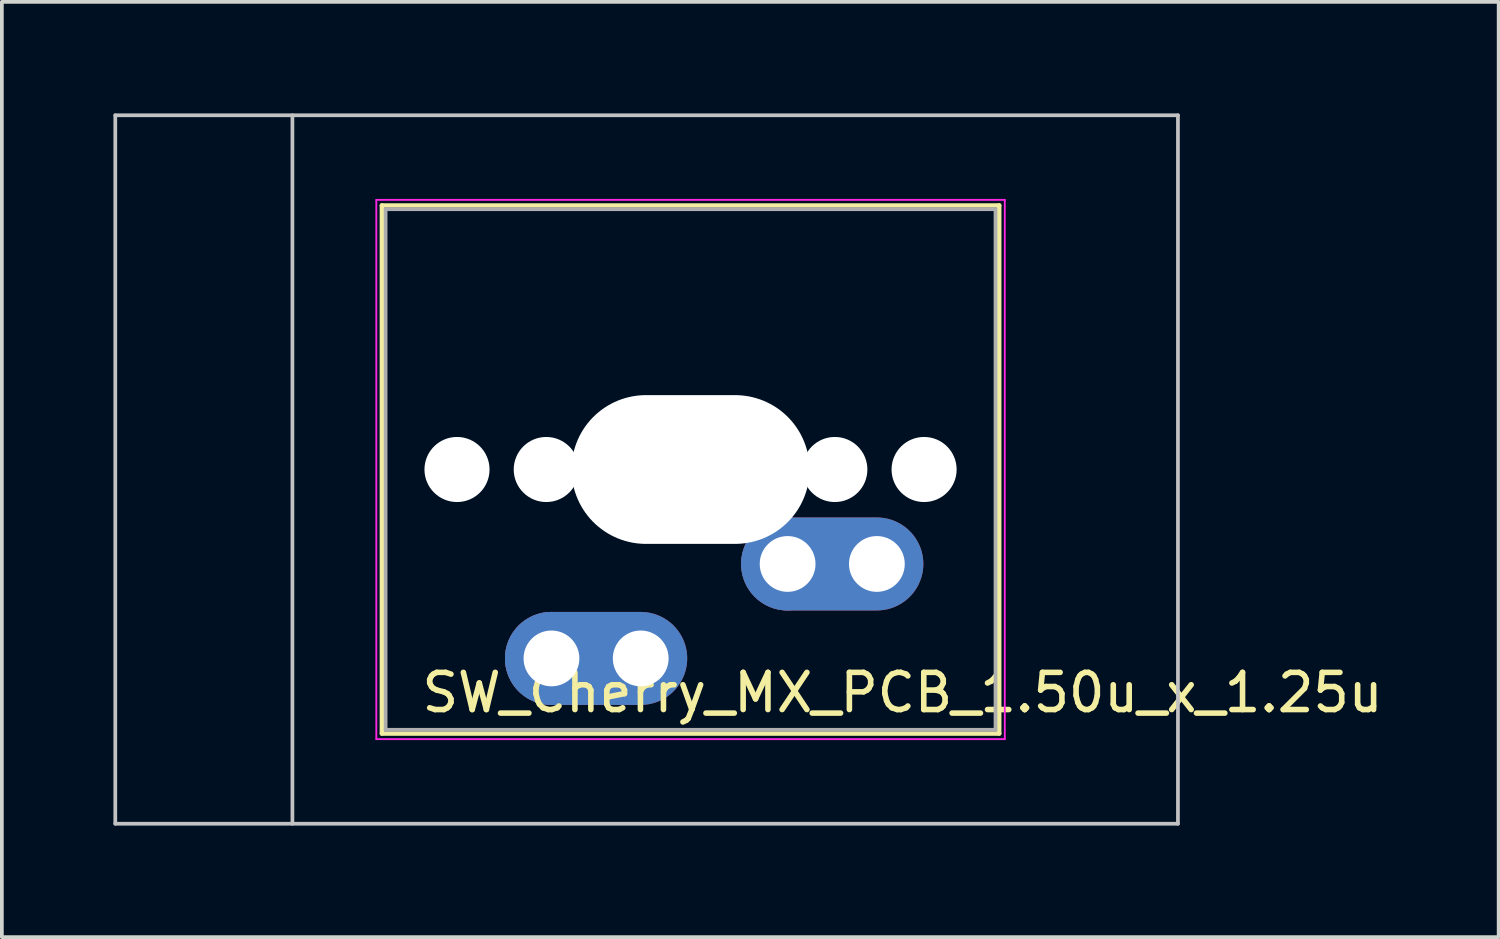
<source format=kicad_pcb>
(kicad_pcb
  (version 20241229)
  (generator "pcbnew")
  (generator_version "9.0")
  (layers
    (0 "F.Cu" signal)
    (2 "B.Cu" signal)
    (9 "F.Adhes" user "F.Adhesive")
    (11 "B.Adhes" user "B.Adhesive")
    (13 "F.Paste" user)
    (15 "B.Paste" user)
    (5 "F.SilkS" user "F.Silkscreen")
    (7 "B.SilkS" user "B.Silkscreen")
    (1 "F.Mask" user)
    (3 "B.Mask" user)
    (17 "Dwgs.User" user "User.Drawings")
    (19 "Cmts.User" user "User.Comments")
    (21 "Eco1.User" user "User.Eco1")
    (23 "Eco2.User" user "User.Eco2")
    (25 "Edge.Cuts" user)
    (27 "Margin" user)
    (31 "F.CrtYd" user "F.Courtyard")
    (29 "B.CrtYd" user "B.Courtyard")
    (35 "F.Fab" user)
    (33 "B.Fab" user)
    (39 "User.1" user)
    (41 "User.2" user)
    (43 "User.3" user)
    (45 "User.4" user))
  (footprint "SW_Cherry_MX_PCB_1.50u_x_1.25u"
    (layer "F.Cu")
    (at 16.719 9.575)
    (property "Reference" "SW_Cherry_MX_PCB_1.50u_x_1.25u" (at 4.5 6 180) (layer "F.SilkS") (effects (font (size 1 1) (thickness 0.15))))
    (attr through_hole)
    (fp_line (start -9.5 -7.1) (end -9.5 7.1) (stroke (width 0.12) (type solid)) (layer "F.SilkS"))
    (fp_line (start -9.5 7.1) (end 7.1 7.1) (stroke (width 0.12) (type solid)) (layer "F.SilkS"))
    (fp_line (start 7.1 -7.1) (end -9.5 -7.1) (stroke (width 0.12) (type solid)) (layer "F.SilkS"))
    (fp_line (start 7.1 7.1) (end 7.1 -7.1) (stroke (width 0.12) (type solid)) (layer "F.SilkS"))
    (fp_line (start -16.669 -9.525) (end -16.669 9.525) (stroke (width 0.1) (type solid)) (layer "Dwgs.User"))
    (fp_line (start -16.669 9.525) (end 11.906 9.525) (stroke (width 0.1) (type solid)) (layer "Dwgs.User"))
    (fp_line (start -11.906 -9.525) (end -11.906 9.525) (stroke (width 0.1) (type solid)) (layer "Dwgs.User"))
    (fp_line (start 11.906 -9.525) (end -16.669 -9.525) (stroke (width 0.1) (type solid)) (layer "Dwgs.User"))
    (fp_line (start 11.906 9.525) (end 11.906 -9.525) (stroke (width 0.1) (type solid)) (layer "Dwgs.User"))
    (fp_line (start -9.4 -7) (end -9.4 7) (stroke (width 0.1) (type solid)) (layer "Eco1.User"))
    (fp_line (start -9.4 7) (end 7 7) (stroke (width 0.1) (type solid)) (layer "Eco1.User"))
    (fp_line (start 7 -7) (end -9.4 -7) (stroke (width 0.1) (type solid)) (layer "Eco1.User"))
    (fp_line (start 7 7) (end 7 -7) (stroke (width 0.1) (type solid)) (layer "Eco1.User"))
    (fp_line (start -9.65 -7.25) (end -9.65 7.25) (stroke (width 0.05) (type solid)) (layer "F.CrtYd"))
    (fp_line (start -9.65 7.25) (end 7.25 7.25) (stroke (width 0.05) (type solid)) (layer "F.CrtYd"))
    (fp_line (start 7.25 -7.25) (end -9.65 -7.25) (stroke (width 0.05) (type solid)) (layer "F.CrtYd"))
    (fp_line (start 7.25 7.25) (end 7.25 -7.25) (stroke (width 0.05) (type solid)) (layer "F.CrtYd"))
    (fp_line (start -9.4 -7) (end -9.4 7) (stroke (width 0.1) (type solid)) (layer "F.Fab"))
    (fp_line (start -9.4 7) (end 7 7) (stroke (width 0.1) (type solid)) (layer "F.Fab"))
    (fp_line (start 7 -7) (end -9.4 -7) (stroke (width 0.1) (type solid)) (layer "F.Fab"))
    (fp_line (start 7 7) (end 7 -7) (stroke (width 0.1) (type solid)) (layer "F.Fab"))
    (pad "" np_thru_hole circle (at -7.48 0 180) (size 1.75 1.75) (drill 1.75) (layers "*.Cu" "*.Mask"))
    (pad "" np_thru_hole circle (at -5.08 0 180) (size 1.75 1.75) (drill 1.75) (layers "*.Cu" "*.Mask"))
    (pad "" np_thru_hole oval (at -1.2 0 180) (size 6.4 4) (drill oval 6.4 4) (layers "*.Cu"))
    (pad "" np_thru_hole circle (at 2.68 0 180) (size 1.75 1.75) (drill 1.75) (layers "*.Cu" "*.Mask"))
    (pad "" np_thru_hole circle (at 5.08 0 180) (size 1.75 1.75) (drill 1.75) (layers "*.Cu" "*.Mask"))
    (pad "1" thru_hole circle (at 1.41 2.54 180) (size 2.5 2.5) (drill 1.5) (layers "*.Cu" "*.Mask"))
    (pad "1" thru_hole oval (at 3.81 2.54 180) (size 4.9 2.5) (drill 1.5 (offset 1.2 0)) (layers "*.Cu" "*.Mask"))
    (pad "2" thru_hole circle (at -4.94 5.08 180) (size 2.5 2.5) (drill 1.5) (layers "*.Cu" "*.Mask"))
    (pad "2" thru_hole oval (at -2.54 5.08 180) (size 4.9 2.5) (drill 1.5 (offset 1.2 0)) (layers "*.Cu" "*.Mask")))
  (gr_rect
    (start -3 -3)
    (end 37.249 22.15)
    (stroke (width 0.1) (type default))
    (fill no)
    (layer "Edge.Cuts")))
</source>
